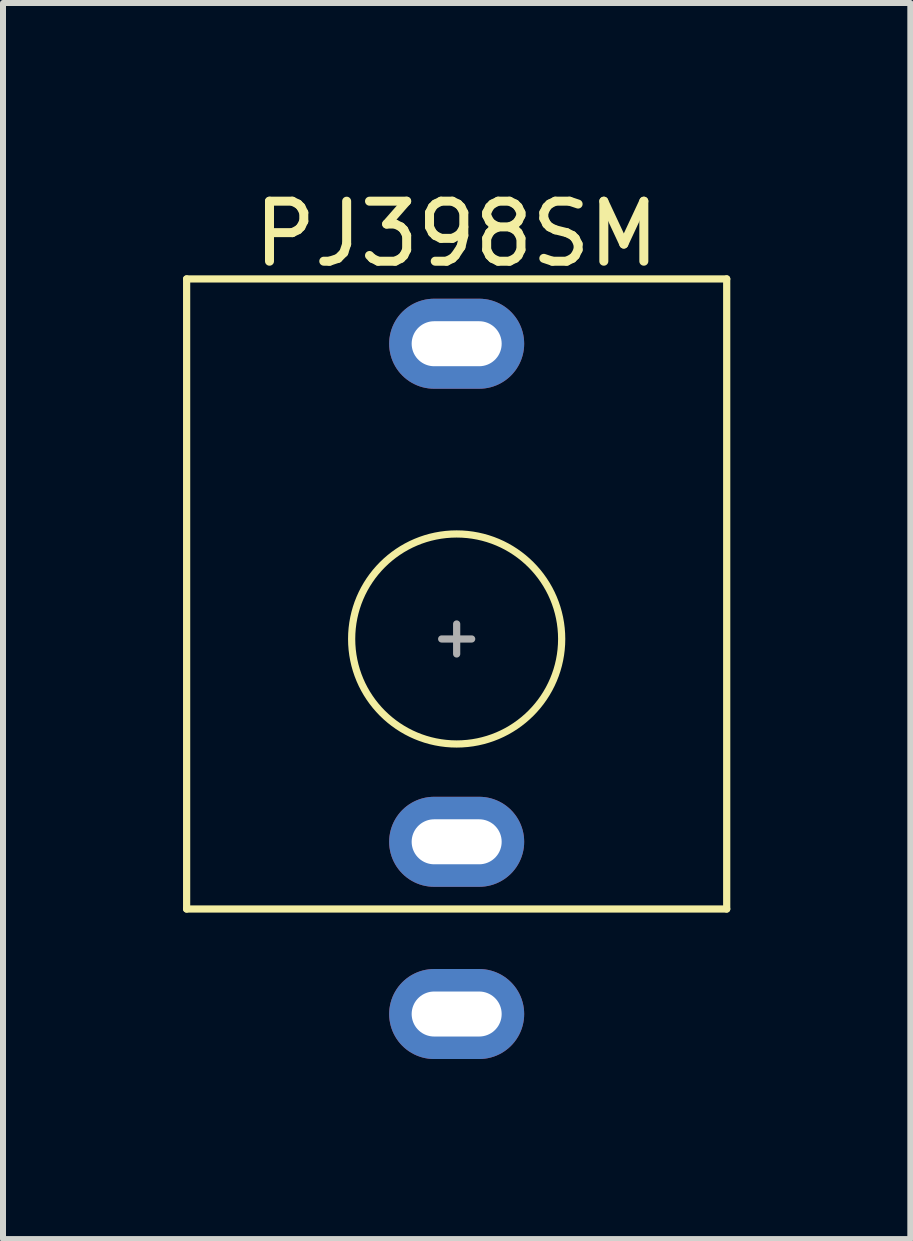
<source format=kicad_pcb>
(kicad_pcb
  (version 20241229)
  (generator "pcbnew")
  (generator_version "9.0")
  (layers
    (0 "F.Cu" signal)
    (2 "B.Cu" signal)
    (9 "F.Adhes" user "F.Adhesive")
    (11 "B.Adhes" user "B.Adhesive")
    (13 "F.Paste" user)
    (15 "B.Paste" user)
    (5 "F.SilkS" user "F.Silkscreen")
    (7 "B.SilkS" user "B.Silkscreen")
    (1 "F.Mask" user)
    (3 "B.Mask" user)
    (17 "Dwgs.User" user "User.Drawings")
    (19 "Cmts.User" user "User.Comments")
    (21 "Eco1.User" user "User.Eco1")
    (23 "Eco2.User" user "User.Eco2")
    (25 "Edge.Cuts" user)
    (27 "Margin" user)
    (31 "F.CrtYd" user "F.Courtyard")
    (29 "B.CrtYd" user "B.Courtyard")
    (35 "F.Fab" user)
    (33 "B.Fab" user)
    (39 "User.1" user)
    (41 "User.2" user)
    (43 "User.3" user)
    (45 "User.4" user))
  (footprint "PJ398SM"
    (layer "F.Cu")
    (at 4.56 7.598)
    (property "Reference" "PJ398SM" (at 0 -6.75 0) (layer "F.SilkS") (effects (font (size 1 1) (thickness 0.15))))
    (attr through_hole)
    (fp_line (start -4.5 -6) (end -4.5 4.5) (stroke (width 0.12) (type solid)) (layer "F.SilkS"))
    (fp_line (start -4.5 4.5) (end 4.5 4.5) (stroke (width 0.12) (type solid)) (layer "F.SilkS"))
    (fp_line (start 4.5 -6) (end -4.5 -6) (stroke (width 0.12) (type solid)) (layer "F.SilkS"))
    (fp_line (start 4.5 4.5) (end 4.5 -6) (stroke (width 0.12) (type solid)) (layer "F.SilkS"))
    (fp_circle (center 0 0) (end 1.75 0) (stroke (width 0.12) (type solid)) (fill no) (layer "F.SilkS"))
    (fp_line (start 0 -0.25) (end 0 0.25) (stroke (width 0.12) (type solid)) (layer "F.Fab"))
    (fp_line (start 0.25 0) (end -0.25 0) (stroke (width 0.12) (type solid)) (layer "F.Fab"))
    (pad "S" thru_hole oval (at 0 6.25) (size 2.25 1.5) (drill oval 1.5 0.75) (layers "*.Cu" "*.Mask"))
    (pad "T" thru_hole oval (at 0 -4.92) (size 2.25 1.5) (drill oval 1.5 0.75) (layers "*.Cu" "*.Mask"))
    (pad "TN" thru_hole oval (at 0 3.38) (size 2.25 1.5) (drill oval 1.5 0.75) (layers "*.Cu" "*.Mask")))
  (gr_rect
    (start -3 -3)
    (end 12.12 17.598)
    (stroke (width 0.1) (type default))
    (fill no)
    (layer "Edge.Cuts")))
</source>
